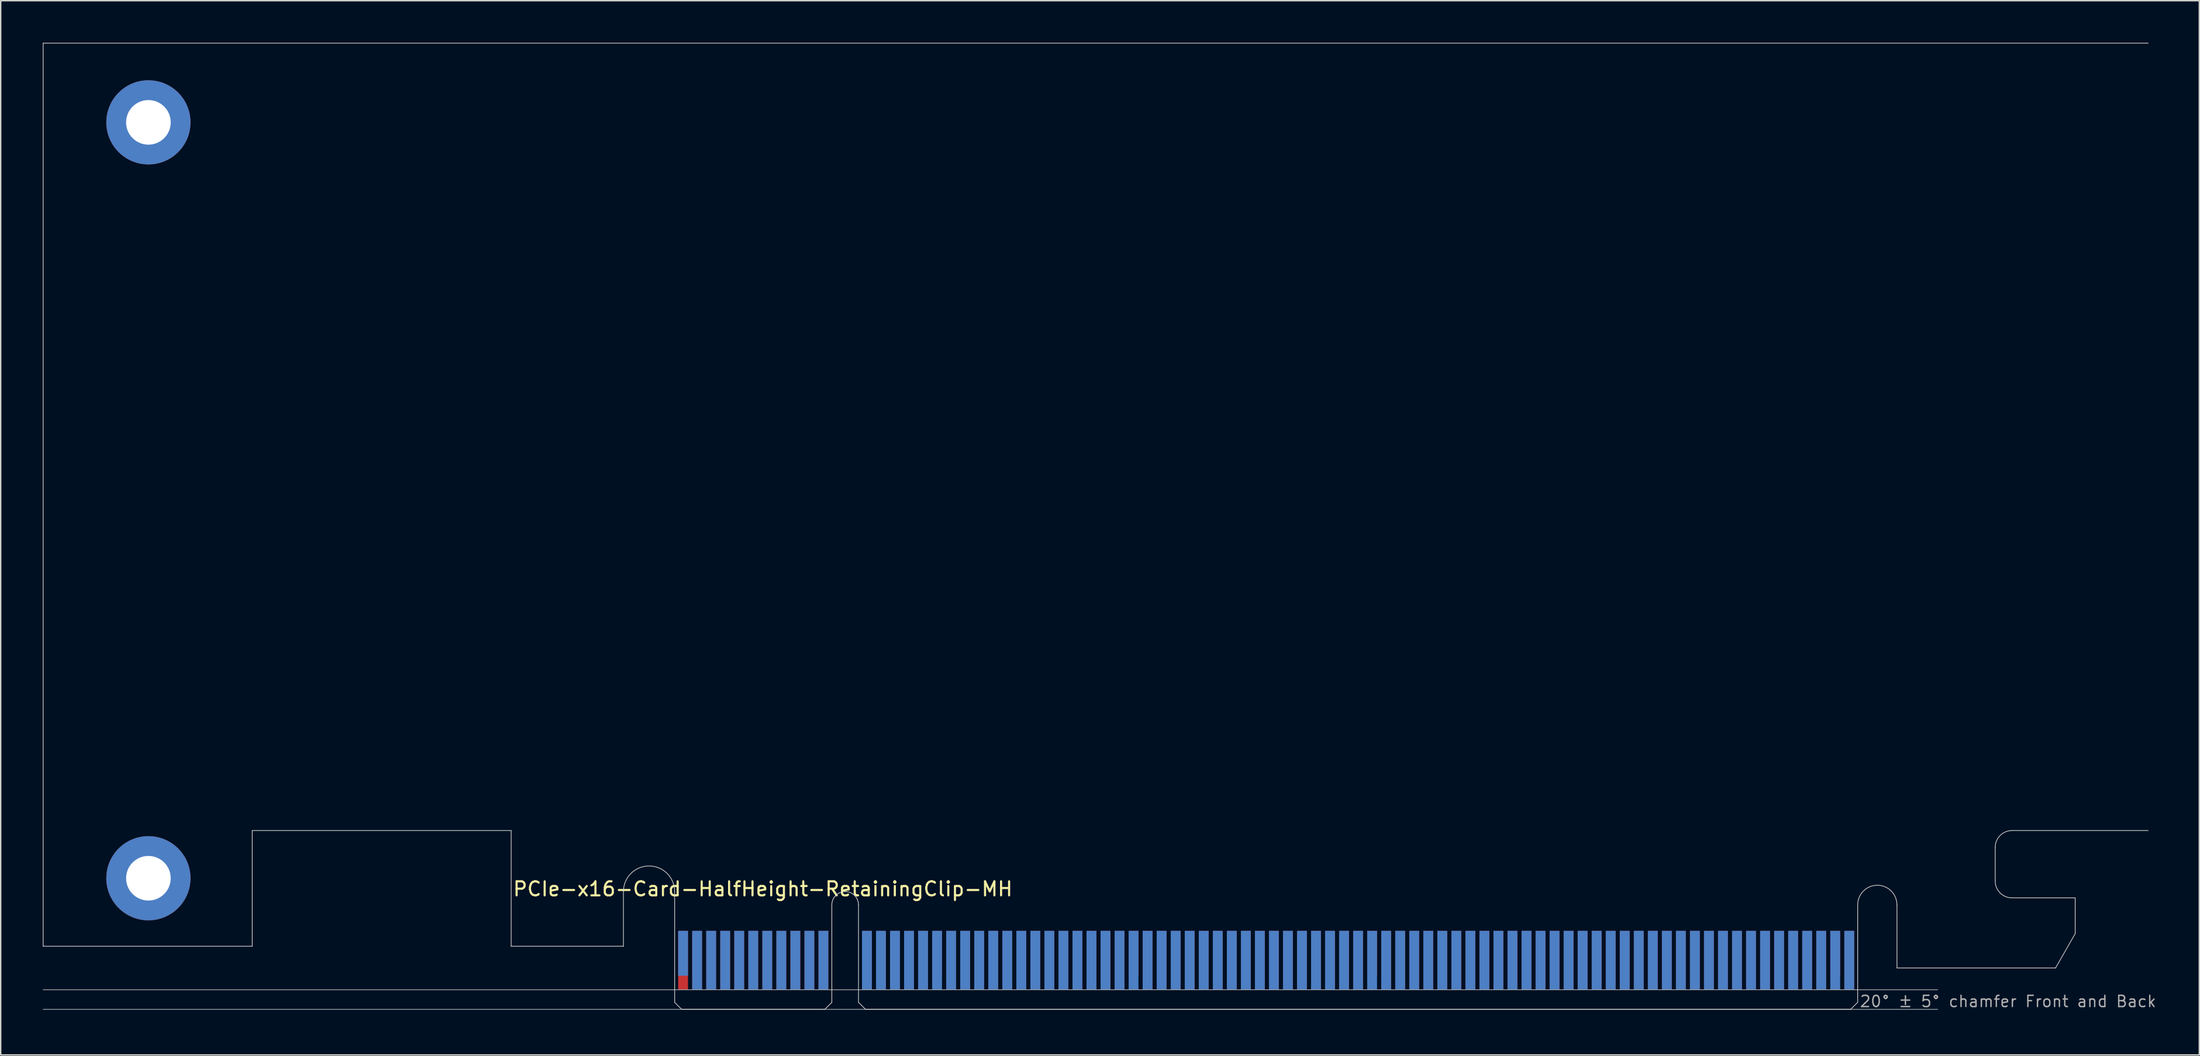
<source format=kicad_pcb>
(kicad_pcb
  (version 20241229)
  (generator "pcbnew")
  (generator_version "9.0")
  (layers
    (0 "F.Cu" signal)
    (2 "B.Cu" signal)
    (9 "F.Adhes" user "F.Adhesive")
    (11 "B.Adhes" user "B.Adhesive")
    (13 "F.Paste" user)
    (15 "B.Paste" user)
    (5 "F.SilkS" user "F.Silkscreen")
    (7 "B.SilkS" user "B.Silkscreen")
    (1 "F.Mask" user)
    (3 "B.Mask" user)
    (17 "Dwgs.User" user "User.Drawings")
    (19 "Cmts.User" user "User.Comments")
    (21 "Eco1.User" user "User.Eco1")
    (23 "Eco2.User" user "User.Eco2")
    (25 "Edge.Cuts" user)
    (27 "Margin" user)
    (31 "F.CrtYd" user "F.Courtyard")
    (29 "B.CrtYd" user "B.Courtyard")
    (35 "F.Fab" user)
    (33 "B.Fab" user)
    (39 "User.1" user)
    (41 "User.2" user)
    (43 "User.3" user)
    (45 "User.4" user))
  (footprint "PCIe-x16-Card-HalfHeight-RetainingClip-MH"
    (layer "F.Cu")
    (at 45.025 68.925)
    (property "Reference" "PCIe-x16-Card-HalfHeight-RetainingClip-MH" (at -11.6 -8 0) (layer "F.SilkS") (effects (font (size 1 1) (thickness 0.15)) (justify left bottom)))
    (attr exclude_from_pos_files exclude_from_bom)
    (fp_poly (pts (xy -3.65 -4.5) (xy -11.65 -4.5) (xy -11.65 -7.95) (xy -3.65 -7.95)) (stroke (width 0.1) (type solid)) (fill yes) (layer "F.Mask"))
    (fp_poly (pts (xy 11.2 -5.45) (xy 0 -5.45) (xy 0 0) (xy 11.2 0)) (stroke (width 0.1) (type solid)) (fill yes) (layer "F.Mask"))
    (fp_poly (pts (xy 84.3 -5.45) (xy 13.1 -5.45) (xy 13.1 0) (xy 84.3 0)) (stroke (width 0.1) (type solid)) (fill yes) (layer "F.Mask"))
    (fp_poly (pts (xy 99.8 -5.4) (xy 98.4 -2.95) (xy 87.1 -2.95) (xy 87.1 -7.95) (xy 99.8 -7.95)) (stroke (width 0.1) (type solid)) (fill yes) (layer "F.Mask"))
    (fp_poly (pts (xy -3.65 -7.95) (xy -11.65 -7.95) (xy -11.65 -4.5) (xy -3.65 -4.5)) (stroke (width 0.1) (type solid)) (fill yes) (layer "B.Mask"))
    (fp_poly (pts (xy 11.2 0) (xy 0 0) (xy 0 -5.45) (xy 11.2 -5.45)) (stroke (width 0.1) (type solid)) (fill yes) (layer "B.Mask"))
    (fp_poly (pts (xy 84.3 -5.45) (xy 13.1 -5.45) (xy 13.1 0) (xy 84.3 0)) (stroke (width 0.1) (type solid)) (fill yes) (layer "B.Mask"))
    (fp_poly (pts (xy 99.8 -5.4) (xy 98.4 -2.95) (xy 87.1 -2.95) (xy 87.1 -7.95) (xy 99.8 -7.95)) (stroke (width 0.1) (type solid)) (fill yes) (layer "B.Mask"))
    (fp_line (start -45 -68.9) (end 105 -68.9) (stroke (width 0.05) (type solid)) (layer "Edge.Cuts"))
    (fp_line (start -45 -4.5) (end -45 -68.9) (stroke (width 0.05) (type solid)) (layer "Edge.Cuts"))
    (fp_line (start -30.1 -12.75) (end -30.1 -4.5) (stroke (width 0.05) (type solid)) (layer "Edge.Cuts"))
    (fp_line (start -30.1 -4.5) (end -45 -4.5) (stroke (width 0.05) (type solid)) (layer "Edge.Cuts"))
    (fp_line (start -11.65 -12.75) (end -30.1 -12.75) (stroke (width 0.05) (type solid)) (layer "Edge.Cuts"))
    (fp_line (start -11.65 -4.5) (end -11.65 -12.75) (stroke (width 0.05) (type solid)) (layer "Edge.Cuts"))
    (fp_line (start -3.65 -4.5) (end -11.65 -4.5) (stroke (width 0.05) (type solid)) (layer "Edge.Cuts"))
    (fp_line (start -3.65 -4.5) (end -3.65 -8.4) (stroke (width 0.05) (type solid)) (layer "Edge.Cuts"))
    (fp_line (start 0 -0.5) (end 0 -8.4) (stroke (width 0.05) (type solid)) (layer "Edge.Cuts"))
    (fp_line (start 0.5 0) (end 0 -0.5) (stroke (width 0.05) (type solid)) (layer "Edge.Cuts"))
    (fp_line (start 0.5 0) (end 10.7 0) (stroke (width 0.05) (type solid)) (layer "Edge.Cuts"))
    (fp_line (start 10.7 0) (end 11.2 -0.5) (stroke (width 0.05) (type solid)) (layer "Edge.Cuts"))
    (fp_line (start 11.2 -0.5) (end 11.2 -7.45) (stroke (width 0.05) (type solid)) (layer "Edge.Cuts"))
    (fp_line (start 13.1 -0.5) (end 13.1 -7.45) (stroke (width 0.05) (type solid)) (layer "Edge.Cuts"))
    (fp_line (start 13.6 0) (end 13.1 -0.5) (stroke (width 0.05) (type solid)) (layer "Edge.Cuts"))
    (fp_line (start 83.8 0) (end 13.6 0) (stroke (width 0.05) (type solid)) (layer "Edge.Cuts"))
    (fp_line (start 83.8 0) (end 84.3 -0.5) (stroke (width 0.05) (type solid)) (layer "Edge.Cuts"))
    (fp_line (start 84.3 -0.5) (end 84.3 -7.45) (stroke (width 0.05) (type solid)) (layer "Edge.Cuts"))
    (fp_line (start 87.1 -7.45) (end 87.1 -2.95) (stroke (width 0.05) (type solid)) (layer "Edge.Cuts"))
    (fp_line (start 87.1 -2.95) (end 98.4 -2.95) (stroke (width 0.05) (type solid)) (layer "Edge.Cuts"))
    (fp_line (start 94.1 -11.55) (end 94.1 -9.15) (stroke (width 0.05) (type solid)) (layer "Edge.Cuts"))
    (fp_line (start 95.3 -12.75) (end 105 -12.75) (stroke (width 0.05) (type solid)) (layer "Edge.Cuts"))
    (fp_line (start 98.4 -2.95) (end 99.8 -5.4) (stroke (width 0.05) (type solid)) (layer "Edge.Cuts"))
    (fp_line (start 99.8 -7.95) (end 95.3 -7.95) (stroke (width 0.05) (type solid)) (layer "Edge.Cuts"))
    (fp_line (start 99.8 -5.4) (end 99.8 -7.95) (stroke (width 0.05) (type solid)) (layer "Edge.Cuts"))
    (fp_arc (start -3.65 -8.4) (mid -1.825 -10.225) (end 0 -8.4) (stroke (width 0.05) (type solid)) (layer "Edge.Cuts"))
    (fp_arc (start 11.2 -7.45) (mid 12.15 -8.4) (end 13.1 -7.45) (stroke (width 0.05) (type solid)) (layer "Edge.Cuts"))
    (fp_arc (start 84.3 -7.45) (mid 85.7 -8.85) (end 87.1 -7.45) (stroke (width 0.05) (type solid)) (layer "Edge.Cuts"))
    (fp_arc (start 94.1 -11.55) (mid 94.451472 -12.398528) (end 95.3 -12.75) (stroke (width 0.05) (type solid)) (layer "Edge.Cuts"))
    (fp_arc (start 95.3 -7.95) (mid 94.451472 -8.301472) (end 94.1 -9.15) (stroke (width 0.05) (type solid)) (layer "Edge.Cuts"))
    (fp_line (start -45 -1.4) (end 90 -1.4) (stroke (width 0.05) (type solid)) (layer "F.Fab"))
    (fp_line (start -45 0) (end 90 0) (stroke (width 0.05) (type solid)) (layer "F.Fab"))
    (fp_text user "20° ± 5° chamfer Front and Back" (at 84.4 -0.1 0) (layer "F.Fab") (effects (font (size 0.8 0.8) (thickness 0.1)) (justify left bottom)))
    (pad "A1" smd rect (at 0.6 -4) (size 0.7 3.2) (layers "B.Cu"))
    (pad "A2" smd rect (at 1.6 -3.5) (size 0.7 4.2) (layers "B.Cu"))
    (pad "A3" smd rect (at 2.6 -3.5) (size 0.7 4.2) (layers "B.Cu"))
    (pad "A4" smd rect (at 3.6 -3.5) (size 0.7 4.2) (layers "B.Cu"))
    (pad "A5" smd rect (at 4.6 -3.5) (size 0.7 4.2) (layers "B.Cu"))
    (pad "A6" smd rect (at 5.6 -3.5) (size 0.7 4.2) (layers "B.Cu"))
    (pad "A7" smd rect (at 6.6 -3.5) (size 0.7 4.2) (layers "B.Cu"))
    (pad "A8" smd rect (at 7.6 -3.5) (size 0.7 4.2) (layers "B.Cu"))
    (pad "A9" smd rect (at 8.6 -3.5) (size 0.7 4.2) (layers "B.Cu"))
    (pad "A10" smd rect (at 9.6 -3.5) (size 0.7 4.2) (layers "B.Cu"))
    (pad "A11" smd rect (at 10.6 -3.5) (size 0.7 4.2) (layers "B.Cu"))
    (pad "A12" smd rect (at 13.7 -3.5) (size 0.7 4.2) (layers "B.Cu"))
    (pad "A13" smd rect (at 14.7 -3.5) (size 0.7 4.2) (layers "B.Cu"))
    (pad "A14" smd rect (at 15.7 -3.5) (size 0.7 4.2) (layers "B.Cu"))
    (pad "A15" smd rect (at 16.7 -3.5) (size 0.7 4.2) (layers "B.Cu"))
    (pad "A16" smd rect (at 17.7 -3.5) (size 0.7 4.2) (layers "B.Cu"))
    (pad "A17" smd rect (at 18.7 -3.5) (size 0.7 4.2) (layers "B.Cu"))
    (pad "A18" smd rect (at 19.7 -3.5) (size 0.7 4.2) (layers "B.Cu"))
    (pad "A19" smd rect (at 20.7 -3.5) (size 0.7 4.2) (layers "B.Cu"))
    (pad "A20" smd rect (at 21.7 -3.5) (size 0.7 4.2) (layers "B.Cu"))
    (pad "A21" smd rect (at 22.7 -3.5) (size 0.7 4.2) (layers "B.Cu"))
    (pad "A22" smd rect (at 23.7 -3.5) (size 0.7 4.2) (layers "B.Cu"))
    (pad "A23" smd rect (at 24.7 -3.5) (size 0.7 4.2) (layers "B.Cu"))
    (pad "A24" smd rect (at 25.7 -3.5) (size 0.7 4.2) (layers "B.Cu"))
    (pad "A25" smd rect (at 26.7 -3.5) (size 0.7 4.2) (layers "B.Cu"))
    (pad "A26" smd rect (at 27.7 -3.5) (size 0.7 4.2) (layers "B.Cu"))
    (pad "A27" smd rect (at 28.7 -3.5) (size 0.7 4.2) (layers "B.Cu"))
    (pad "A28" smd rect (at 29.7 -3.5) (size 0.7 4.2) (layers "B.Cu"))
    (pad "A29" smd rect (at 30.7 -3.5) (size 0.7 4.2) (layers "B.Cu"))
    (pad "A30" smd rect (at 31.7 -3.5) (size 0.7 4.2) (layers "B.Cu"))
    (pad "A31" smd rect (at 32.7 -3.5) (size 0.7 4.2) (layers "B.Cu"))
    (pad "A32" smd rect (at 33.7 -3.5) (size 0.7 4.2) (layers "B.Cu"))
    (pad "A33" smd rect (at 34.7 -3.5) (size 0.7 4.2) (layers "B.Cu"))
    (pad "A34" smd rect (at 35.7 -3.5) (size 0.7 4.2) (layers "B.Cu"))
    (pad "A35" smd rect (at 36.7 -3.5) (size 0.7 4.2) (layers "B.Cu"))
    (pad "A36" smd rect (at 37.7 -3.5) (size 0.7 4.2) (layers "B.Cu"))
    (pad "A37" smd rect (at 38.7 -3.5) (size 0.7 4.2) (layers "B.Cu"))
    (pad "A38" smd rect (at 39.7 -3.5) (size 0.7 4.2) (layers "B.Cu"))
    (pad "A39" smd rect (at 40.7 -3.5) (size 0.7 4.2) (layers "B.Cu"))
    (pad "A40" smd rect (at 41.7 -3.5) (size 0.7 4.2) (layers "B.Cu"))
    (pad "A41" smd rect (at 42.7 -3.5) (size 0.7 4.2) (layers "B.Cu"))
    (pad "A42" smd rect (at 43.7 -3.5) (size 0.7 4.2) (layers "B.Cu"))
    (pad "A43" smd rect (at 44.7 -3.5) (size 0.7 4.2) (layers "B.Cu"))
    (pad "A44" smd rect (at 45.7 -3.5) (size 0.7 4.2) (layers "B.Cu"))
    (pad "A45" smd rect (at 46.7 -3.5) (size 0.7 4.2) (layers "B.Cu"))
    (pad "A46" smd rect (at 47.7 -3.5) (size 0.7 4.2) (layers "B.Cu"))
    (pad "A47" smd rect (at 48.7 -3.5) (size 0.7 4.2) (layers "B.Cu"))
    (pad "A48" smd rect (at 49.7 -3.5) (size 0.7 4.2) (layers "B.Cu"))
    (pad "A49" smd rect (at 50.7 -3.5) (size 0.7 4.2) (layers "B.Cu"))
    (pad "A50" smd rect (at 51.7 -3.5) (size 0.7 4.2) (layers "B.Cu"))
    (pad "A51" smd rect (at 52.7 -3.5) (size 0.7 4.2) (layers "B.Cu"))
    (pad "A52" smd rect (at 53.7 -3.5) (size 0.7 4.2) (layers "B.Cu"))
    (pad "A53" smd rect (at 54.7 -3.5) (size 0.7 4.2) (layers "B.Cu"))
    (pad "A54" smd rect (at 55.7 -3.5) (size 0.7 4.2) (layers "B.Cu"))
    (pad "A55" smd rect (at 56.7 -3.5) (size 0.7 4.2) (layers "B.Cu"))
    (pad "A56" smd rect (at 57.7 -3.5) (size 0.7 4.2) (layers "B.Cu"))
    (pad "A57" smd rect (at 58.7 -3.5) (size 0.7 4.2) (layers "B.Cu"))
    (pad "A58" smd rect (at 59.7 -3.5) (size 0.7 4.2) (layers "B.Cu"))
    (pad "A59" smd rect (at 60.7 -3.5) (size 0.7 4.2) (layers "B.Cu"))
    (pad "A60" smd rect (at 61.7 -3.5) (size 0.7 4.2) (layers "B.Cu"))
    (pad "A61" smd rect (at 62.7 -3.5) (size 0.7 4.2) (layers "B.Cu"))
    (pad "A62" smd rect (at 63.7 -3.5) (size 0.7 4.2) (layers "B.Cu"))
    (pad "A63" smd rect (at 64.7 -3.5) (size 0.7 4.2) (layers "B.Cu"))
    (pad "A64" smd rect (at 65.7 -3.5) (size 0.7 4.2) (layers "B.Cu"))
    (pad "A65" smd rect (at 66.7 -3.5) (size 0.7 4.2) (layers "B.Cu"))
    (pad "A66" smd rect (at 67.7 -3.5) (size 0.7 4.2) (layers "B.Cu"))
    (pad "A67" smd rect (at 68.7 -3.5) (size 0.7 4.2) (layers "B.Cu"))
    (pad "A68" smd rect (at 69.7 -3.5) (size 0.7 4.2) (layers "B.Cu"))
    (pad "A69" smd rect (at 70.7 -3.5) (size 0.7 4.2) (layers "B.Cu"))
    (pad "A70" smd rect (at 71.7 -3.5) (size 0.7 4.2) (layers "B.Cu"))
    (pad "A71" smd rect (at 72.7 -3.5) (size 0.7 4.2) (layers "B.Cu"))
    (pad "A72" smd rect (at 73.7 -3.5) (size 0.7 4.2) (layers "B.Cu"))
    (pad "A73" smd rect (at 74.7 -3.5) (size 0.7 4.2) (layers "B.Cu"))
    (pad "A74" smd rect (at 75.7 -3.5) (size 0.7 4.2) (layers "B.Cu"))
    (pad "A75" smd rect (at 76.7 -3.5) (size 0.7 4.2) (layers "B.Cu"))
    (pad "A76" smd rect (at 77.7 -3.5) (size 0.7 4.2) (layers "B.Cu"))
    (pad "A77" smd rect (at 78.7 -3.5) (size 0.7 4.2) (layers "B.Cu"))
    (pad "A78" smd rect (at 79.7 -3.5) (size 0.7 4.2) (layers "B.Cu"))
    (pad "A79" smd rect (at 80.7 -3.5) (size 0.7 4.2) (layers "B.Cu"))
    (pad "A80" smd rect (at 81.7 -3.5) (size 0.7 4.2) (layers "B.Cu"))
    (pad "A81" smd rect (at 82.7 -3.5) (size 0.7 4.2) (layers "B.Cu"))
    (pad "A82" smd rect (at 83.7 -3.5) (size 0.7 4.2) (layers "B.Cu"))
    (pad "B1" smd rect (at 0.6 -3.5) (size 0.7 4.2) (layers "F.Cu"))
    (pad "B2" smd rect (at 1.6 -3.5) (size 0.7 4.2) (layers "F.Cu"))
    (pad "B3" smd rect (at 2.6 -3.5) (size 0.7 4.2) (layers "F.Cu"))
    (pad "B4" smd rect (at 3.6 -3.5) (size 0.7 4.2) (layers "F.Cu"))
    (pad "B5" smd rect (at 4.6 -3.5) (size 0.7 4.2) (layers "F.Cu"))
    (pad "B6" smd rect (at 5.6 -3.5) (size 0.7 4.2) (layers "F.Cu"))
    (pad "B7" smd rect (at 6.6 -3.5) (size 0.7 4.2) (layers "F.Cu"))
    (pad "B8" smd rect (at 7.6 -3.5) (size 0.7 4.2) (layers "F.Cu"))
    (pad "B9" smd rect (at 8.6 -3.5) (size 0.7 4.2) (layers "F.Cu"))
    (pad "B10" smd rect (at 9.6 -3.5) (size 0.7 4.2) (layers "F.Cu"))
    (pad "B11" smd rect (at 10.6 -3.5) (size 0.7 4.2) (layers "F.Cu"))
    (pad "B12" smd rect (at 13.7 -3.5) (size 0.7 4.2) (layers "F.Cu"))
    (pad "B13" smd rect (at 14.7 -3.5) (size 0.7 4.2) (layers "F.Cu"))
    (pad "B14" smd rect (at 15.7 -3.5) (size 0.7 4.2) (layers "F.Cu"))
    (pad "B15" smd rect (at 16.7 -3.5) (size 0.7 4.2) (layers "F.Cu"))
    (pad "B16" smd rect (at 17.7 -3.5) (size 0.7 4.2) (layers "F.Cu"))
    (pad "B17" smd rect (at 18.7 -4) (size 0.7 3.2) (layers "F.Cu"))
    (pad "B18" smd rect (at 19.7 -3.5) (size 0.7 4.2) (layers "F.Cu"))
    (pad "B19" smd rect (at 20.7 -3.5) (size 0.7 4.2) (layers "F.Cu"))
    (pad "B20" smd rect (at 21.7 -3.5) (size 0.7 4.2) (layers "F.Cu"))
    (pad "B21" smd rect (at 22.7 -3.5) (size 0.7 4.2) (layers "F.Cu"))
    (pad "B22" smd rect (at 23.7 -3.5) (size 0.7 4.2) (layers "F.Cu"))
    (pad "B23" smd rect (at 24.7 -3.5) (size 0.7 4.2) (layers "F.Cu"))
    (pad "B24" smd rect (at 25.7 -3.5) (size 0.7 4.2) (layers "F.Cu"))
    (pad "B25" smd rect (at 26.7 -3.5) (size 0.7 4.2) (layers "F.Cu"))
    (pad "B26" smd rect (at 27.7 -3.5) (size 0.7 4.2) (layers "F.Cu"))
    (pad "B27" smd rect (at 28.7 -3.5) (size 0.7 4.2) (layers "F.Cu"))
    (pad "B28" smd rect (at 29.7 -3.5) (size 0.7 4.2) (layers "F.Cu"))
    (pad "B29" smd rect (at 30.7 -3.5) (size 0.7 4.2) (layers "F.Cu"))
    (pad "B30" smd rect (at 31.7 -3.5) (size 0.7 4.2) (layers "F.Cu"))
    (pad "B31" smd rect (at 32.7 -4) (size 0.7 3.2) (layers "F.Cu"))
    (pad "B32" smd rect (at 33.7 -3.5) (size 0.7 4.2) (layers "F.Cu"))
    (pad "B33" smd rect (at 34.7 -3.5) (size 0.7 4.2) (layers "F.Cu"))
    (pad "B34" smd rect (at 35.7 -3.5) (size 0.7 4.2) (layers "F.Cu"))
    (pad "B35" smd rect (at 36.7 -3.5) (size 0.7 4.2) (layers "F.Cu"))
    (pad "B36" smd rect (at 37.7 -3.5) (size 0.7 4.2) (layers "F.Cu"))
    (pad "B37" smd rect (at 38.7 -3.5) (size 0.7 4.2) (layers "F.Cu"))
    (pad "B38" smd rect (at 39.7 -3.5) (size 0.7 4.2) (layers "F.Cu"))
    (pad "B39" smd rect (at 40.7 -3.5) (size 0.7 4.2) (layers "F.Cu"))
    (pad "B40" smd rect (at 41.7 -3.5) (size 0.7 4.2) (layers "F.Cu"))
    (pad "B41" smd rect (at 42.7 -3.5) (size 0.7 4.2) (layers "F.Cu"))
    (pad "B42" smd rect (at 43.7 -3.5) (size 0.7 4.2) (layers "F.Cu"))
    (pad "B43" smd rect (at 44.7 -3.5) (size 0.7 4.2) (layers "F.Cu"))
    (pad "B44" smd rect (at 45.7 -3.5) (size 0.7 4.2) (layers "F.Cu"))
    (pad "B45" smd rect (at 46.7 -3.5) (size 0.7 4.2) (layers "F.Cu"))
    (pad "B46" smd rect (at 47.7 -3.5) (size 0.7 4.2) (layers "F.Cu"))
    (pad "B47" smd rect (at 48.7 -3.5) (size 0.7 4.2) (layers "F.Cu"))
    (pad "B48" smd rect (at 49.7 -4) (size 0.7 3.2) (layers "F.Cu"))
    (pad "B49" smd rect (at 50.7 -3.5) (size 0.7 4.2) (layers "F.Cu"))
    (pad "B50" smd rect (at 51.7 -3.5) (size 0.7 4.2) (layers "F.Cu"))
    (pad "B51" smd rect (at 52.7 -3.5) (size 0.7 4.2) (layers "F.Cu"))
    (pad "B52" smd rect (at 53.7 -3.5) (size 0.7 4.2) (layers "F.Cu"))
    (pad "B53" smd rect (at 54.7 -3.5) (size 0.7 4.2) (layers "F.Cu"))
    (pad "B54" smd rect (at 55.7 -3.5) (size 0.7 4.2) (layers "F.Cu"))
    (pad "B55" smd rect (at 56.7 -3.5) (size 0.7 4.2) (layers "F.Cu"))
    (pad "B56" smd rect (at 57.7 -3.5) (size 0.7 4.2) (layers "F.Cu"))
    (pad "B57" smd rect (at 58.7 -3.5) (size 0.7 4.2) (layers "F.Cu"))
    (pad "B58" smd rect (at 59.7 -3.5) (size 0.7 4.2) (layers "F.Cu"))
    (pad "B59" smd rect (at 60.7 -3.5) (size 0.7 4.2) (layers "F.Cu"))
    (pad "B60" smd rect (at 61.7 -3.5) (size 0.7 4.2) (layers "F.Cu"))
    (pad "B61" smd rect (at 62.7 -3.5) (size 0.7 4.2) (layers "F.Cu"))
    (pad "B62" smd rect (at 63.7 -3.5) (size 0.7 4.2) (layers "F.Cu"))
    (pad "B63" smd rect (at 64.7 -3.5) (size 0.7 4.2) (layers "F.Cu"))
    (pad "B64" smd rect (at 65.7 -3.5) (size 0.7 4.2) (layers "F.Cu"))
    (pad "B65" smd rect (at 66.7 -3.5) (size 0.7 4.2) (layers "F.Cu"))
    (pad "B66" smd rect (at 67.7 -3.5) (size 0.7 4.2) (layers "F.Cu"))
    (pad "B67" smd rect (at 68.7 -3.5) (size 0.7 4.2) (layers "F.Cu"))
    (pad "B68" smd rect (at 69.7 -3.5) (size 0.7 4.2) (layers "F.Cu"))
    (pad "B69" smd rect (at 70.7 -3.5) (size 0.7 4.2) (layers "F.Cu"))
    (pad "B70" smd rect (at 71.7 -3.5) (size 0.7 4.2) (layers "F.Cu"))
    (pad "B71" smd rect (at 72.7 -3.5) (size 0.7 4.2) (layers "F.Cu"))
    (pad "B72" smd rect (at 73.7 -3.5) (size 0.7 4.2) (layers "F.Cu"))
    (pad "B73" smd rect (at 74.7 -3.5) (size 0.7 4.2) (layers "F.Cu"))
    (pad "B74" smd rect (at 75.7 -3.5) (size 0.7 4.2) (layers "F.Cu"))
    (pad "B75" smd rect (at 76.7 -3.5) (size 0.7 4.2) (layers "F.Cu"))
    (pad "B76" smd rect (at 77.7 -3.5) (size 0.7 4.2) (layers "F.Cu"))
    (pad "B77" smd rect (at 78.7 -3.5) (size 0.7 4.2) (layers "F.Cu"))
    (pad "B78" smd rect (at 79.7 -3.5) (size 0.7 4.2) (layers "F.Cu"))
    (pad "B79" smd rect (at 80.7 -3.5) (size 0.7 4.2) (layers "F.Cu"))
    (pad "B80" smd rect (at 81.7 -3.5) (size 0.7 4.2) (layers "F.Cu"))
    (pad "B81" smd rect (at 82.7 -4) (size 0.7 3.2) (layers "F.Cu"))
    (pad "B82" smd rect (at 83.7 -3.5) (size 0.7 4.2) (layers "F.Cu"))
    (pad "GND" thru_hole circle (at -37.5 -63.25) (size 6 6) (drill 3.18) (layers "*.Cu" "*.Mask"))
    (pad "GND" thru_hole circle (at -37.5 -9.35) (size 6 6) (drill 3.18) (layers "*.Cu" "*.Mask")))
  (gr_rect
    (start -3 -3)
    (end 153.67 72.175)
    (stroke (width 0.1) (type default))
    (fill no)
    (layer "Edge.Cuts")))
</source>
